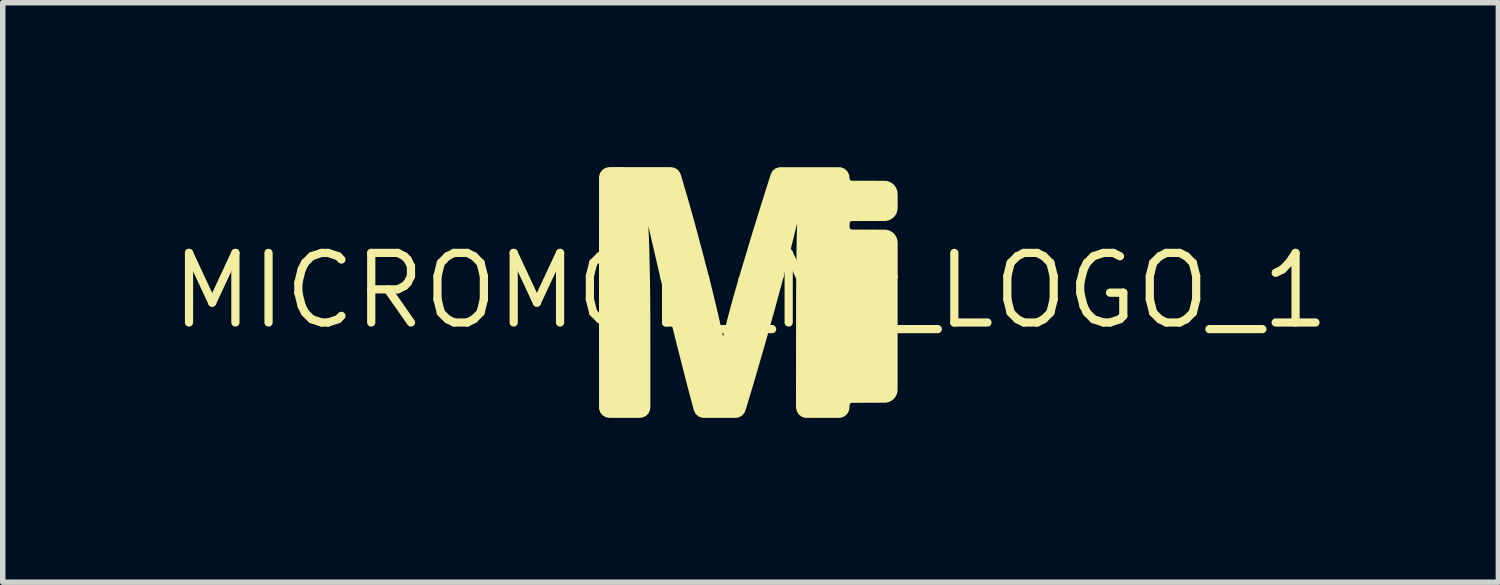
<source format=kicad_pcb>
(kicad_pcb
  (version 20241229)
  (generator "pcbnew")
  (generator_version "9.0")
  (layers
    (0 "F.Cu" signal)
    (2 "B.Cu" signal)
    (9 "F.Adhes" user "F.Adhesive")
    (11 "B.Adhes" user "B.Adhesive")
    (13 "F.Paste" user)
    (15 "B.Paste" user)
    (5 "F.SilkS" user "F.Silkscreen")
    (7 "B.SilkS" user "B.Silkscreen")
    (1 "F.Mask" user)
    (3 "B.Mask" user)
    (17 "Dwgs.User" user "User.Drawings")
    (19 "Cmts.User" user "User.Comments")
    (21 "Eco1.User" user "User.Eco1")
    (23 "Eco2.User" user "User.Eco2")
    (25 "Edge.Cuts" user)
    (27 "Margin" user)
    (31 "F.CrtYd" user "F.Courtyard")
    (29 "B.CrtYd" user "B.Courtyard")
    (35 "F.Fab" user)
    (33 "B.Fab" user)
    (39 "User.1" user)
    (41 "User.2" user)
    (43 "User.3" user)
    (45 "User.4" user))
  (footprint "MICROMOD_MI_LOGO_1"
    (layer "F.Cu")
    (at 10.651 2.257)
    (property "Reference" "MICROMOD_MI_LOGO_1" (at 0 0 0) (layer "F.SilkS") (effects (font (size 1.27 1.27) (thickness 0.15))))
    (fp_poly (pts (xy -1.837 -0.253) (xy -1.832 0.096) (xy -1.83 0.52) (xy -1.829 2.109) (xy -1.834 2.172) (xy -1.862 2.237) (xy -1.912 2.288) (xy -1.977 2.316) (xy -2.04 2.321) (xy -2.575 2.321) (xy -2.641 2.31) (xy -2.702 2.274) (xy -2.746 2.218) (xy -2.766 2.152) (xy -2.767 -0.287) (xy -1.913 -0.287)) (stroke (width 0) (type default)) (fill yes) (layer "F.SilkS"))
    (fp_poly (pts (xy -1.459 -2.256) (xy -1.394 -2.246) (xy -1.332 -2.211) (xy -1.288 -2.156) (xy -1.267 -2.097) (xy -1.147 -1.69) (xy -1.032 -1.282) (xy -0.963 -1.027) (xy -0.854 -0.617) (xy -0.749 -0.208) (xy -0.846 -0.187) (xy -1.629 -0.187) (xy -1.655 -0.272) (xy -1.823 -0.995) (xy -1.865 -1.183) (xy -1.857 -1.006) (xy -1.847 -0.688) (xy -1.837 -0.244) (xy -1.893 -0.187) (xy -2.746 -0.187) (xy -2.767 -0.274) (xy -2.766 -2.085) (xy -2.747 -2.151) (xy -2.704 -2.207) (xy -2.643 -2.245) (xy -2.578 -2.257)) (stroke (width 0) (type default)) (fill yes) (layer "F.SilkS"))
    (fp_poly (pts (xy 2.684 -0.184) (xy 2.684 1.826) (xy 2.67 1.889) (xy 2.638 1.948) (xy 2.592 1.995) (xy 2.534 2.029) (xy 2.47 2.044) (xy 1.842 2.046) (xy 1.82 2.057) (xy 1.808 2.077) (xy 1.806 2.119) (xy 1.799 2.183) (xy 1.767 2.246) (xy 1.715 2.293) (xy 1.65 2.318) (xy 1.588 2.321) (xy 1.058 2.321) (xy 0.998 2.32) (xy 0.932 2.3) (xy 0.877 2.256) (xy 0.841 2.194) (xy 0.829 2.13) (xy 0.831 0.12) (xy 0.833 -0.203) (xy 0.858 -0.287) (xy 2.688 -0.287)) (stroke (width 0) (type default)) (fill yes) (layer "F.SilkS"))
    (fp_poly (pts (xy -0.732 -0.148) (xy -0.694 0.006) (xy -0.595 0.418) (xy -0.514 0.779) (xy -0.502 0.839) (xy -0.492 0.794) (xy -0.415 0.485) (xy -0.318 0.128) (xy -0.211 -0.245) (xy -0.147 -0.287) (xy 0.505 -0.287) (xy 0.608 -0.271) (xy 0.427 0.394) (xy 0.27 0.954) (xy 0.064 1.664) (xy -0.089 2.172) (xy -0.113 2.231) (xy -0.161 2.284) (xy -0.225 2.315) (xy -0.288 2.321) (xy -0.82 2.321) (xy -0.881 2.32) (xy -0.946 2.297) (xy -1.001 2.251) (xy -1.033 2.191) (xy -1.157 1.726) (xy -1.34 1.01) (xy -1.481 0.446) (xy -1.657 -0.277) (xy -1.55 -0.287) (xy -0.77 -0.287)) (stroke (width 0) (type default)) (fill yes) (layer "F.SilkS"))
    (fp_poly (pts (xy 1.649 -2.253) (xy 1.714 -2.228) (xy 1.767 -2.18) (xy 1.799 -2.117) (xy 1.806 -2.059) (xy 1.813 -2.026) (xy 1.829 -2.012) (xy 1.863 -2.008) (xy 2.443 -2.007) (xy 2.506 -2) (xy 2.567 -1.974) (xy 2.619 -1.933) (xy 2.658 -1.879) (xy 2.68 -1.816) (xy 2.685 -1.755) (xy 2.685 -1.541) (xy 2.683 -1.482) (xy 2.667 -1.418) (xy 2.632 -1.361) (xy 2.583 -1.316) (xy 2.524 -1.285) (xy 2.461 -1.273) (xy 1.876 -1.272) (xy 1.837 -1.27) (xy 1.817 -1.258) (xy 1.807 -1.234) (xy 1.808 -1.151) (xy 1.819 -1.128) (xy 1.84 -1.117) (xy 1.88 -1.116) (xy 2.466 -1.115) (xy 2.53 -1.101) (xy 2.589 -1.069) (xy 2.636 -1.022) (xy 2.669 -0.963) (xy 2.684 -0.9) (xy 2.685 -0.842) (xy 2.685 -0.234) (xy 2.62 -0.187) (xy 0.896 -0.187) (xy 0.832 -0.234) (xy 0.841 -0.895) (xy 0.849 -1.231) (xy 0.787 -0.974) (xy 0.684 -0.563) (xy 0.6 -0.244) (xy 0.548 -0.187) (xy -0.228 -0.187) (xy 0.035 -1.062) (xy 0.176 -1.517) (xy 0.368 -2.126) (xy 0.399 -2.185) (xy 0.454 -2.231) (xy 0.52 -2.254) (xy 0.581 -2.255) (xy 1.587 -2.255)) (stroke (width 0) (type default)) (fill yes) (layer "F.SilkS")))
  (gr_rect
    (start -3 -3)
    (end 24.302 7.578)
    (stroke (width 0.1) (type default))
    (fill no)
    (layer "Edge.Cuts")))
</source>
